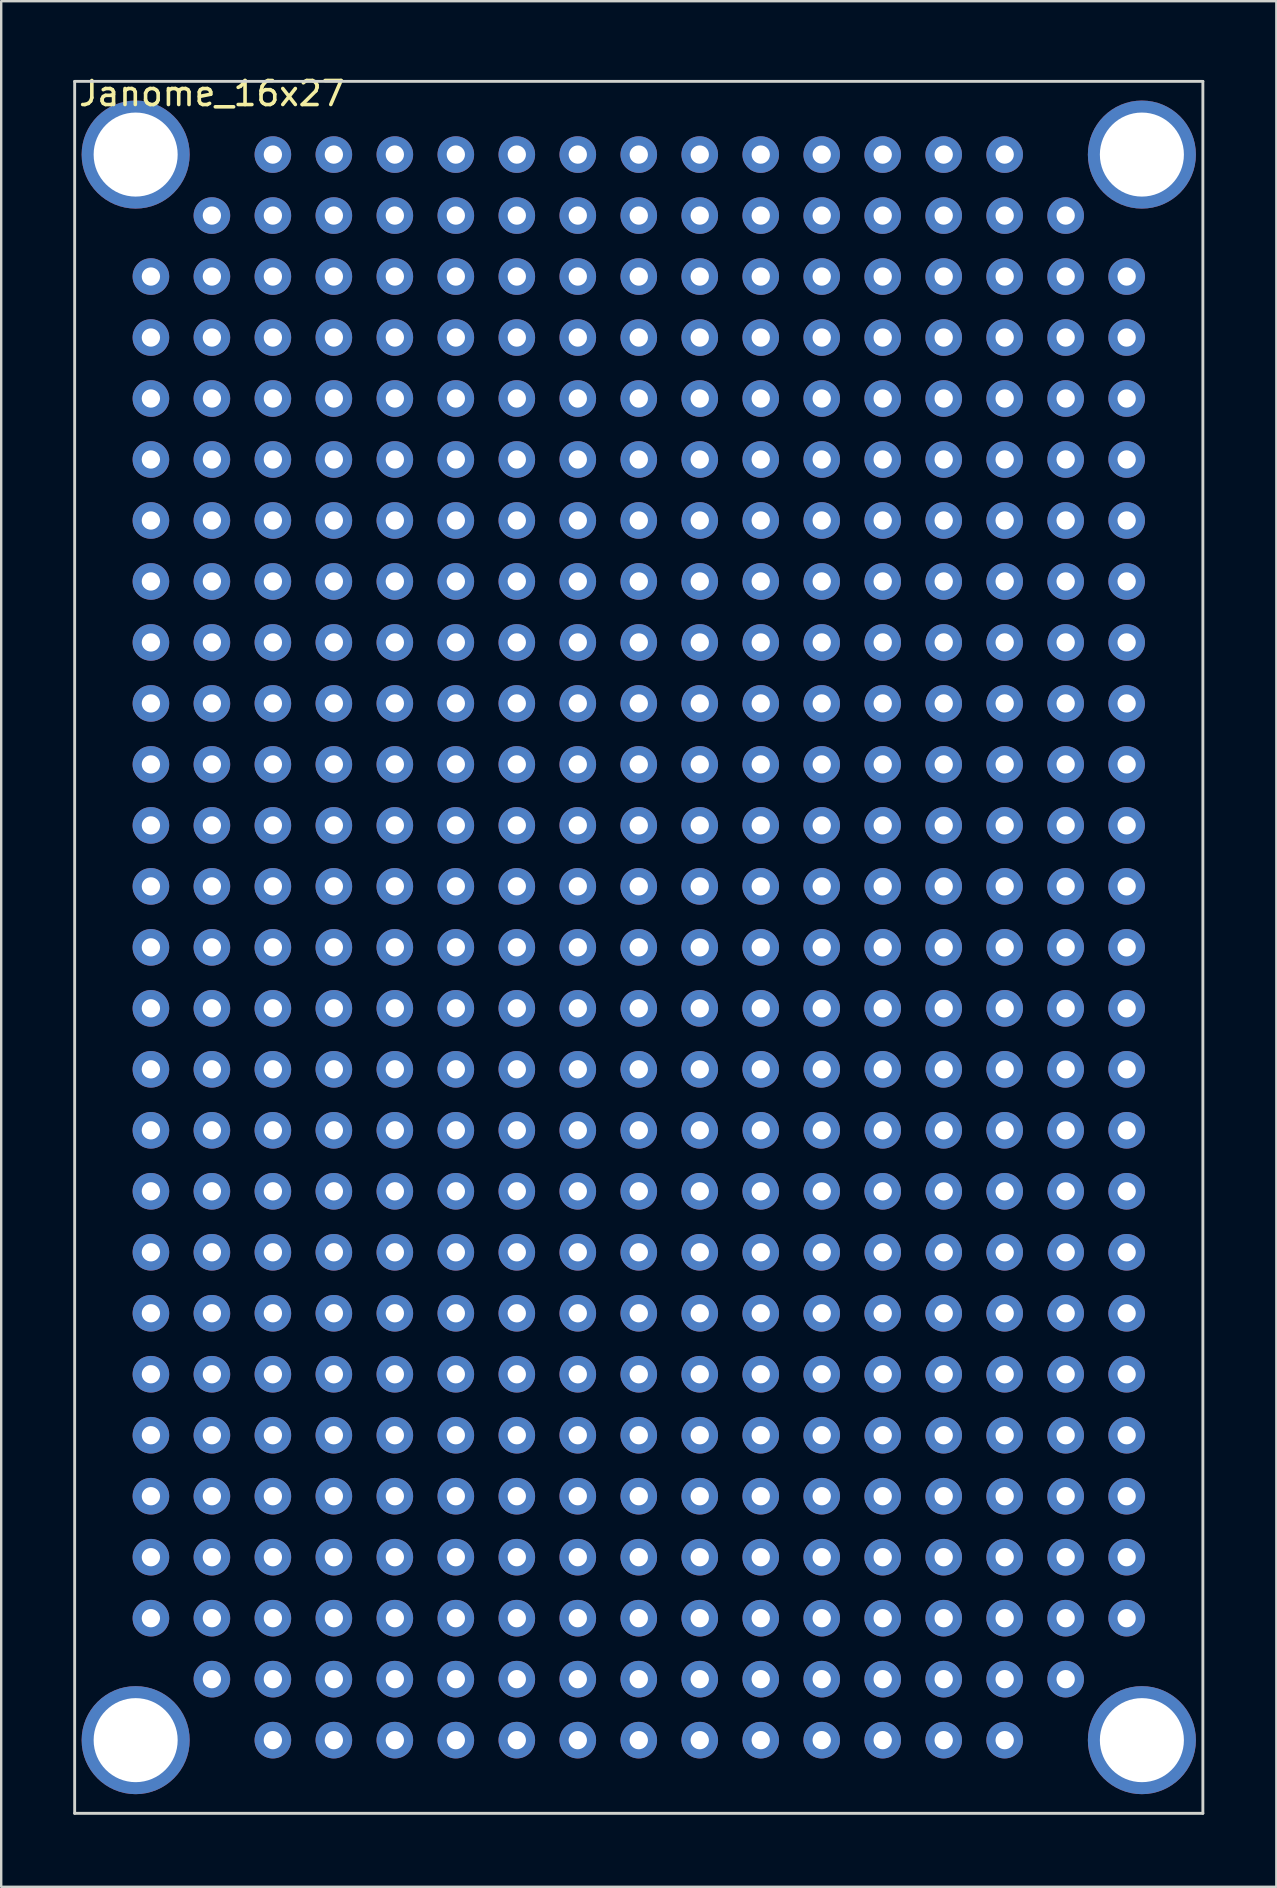
<source format=kicad_pcb>
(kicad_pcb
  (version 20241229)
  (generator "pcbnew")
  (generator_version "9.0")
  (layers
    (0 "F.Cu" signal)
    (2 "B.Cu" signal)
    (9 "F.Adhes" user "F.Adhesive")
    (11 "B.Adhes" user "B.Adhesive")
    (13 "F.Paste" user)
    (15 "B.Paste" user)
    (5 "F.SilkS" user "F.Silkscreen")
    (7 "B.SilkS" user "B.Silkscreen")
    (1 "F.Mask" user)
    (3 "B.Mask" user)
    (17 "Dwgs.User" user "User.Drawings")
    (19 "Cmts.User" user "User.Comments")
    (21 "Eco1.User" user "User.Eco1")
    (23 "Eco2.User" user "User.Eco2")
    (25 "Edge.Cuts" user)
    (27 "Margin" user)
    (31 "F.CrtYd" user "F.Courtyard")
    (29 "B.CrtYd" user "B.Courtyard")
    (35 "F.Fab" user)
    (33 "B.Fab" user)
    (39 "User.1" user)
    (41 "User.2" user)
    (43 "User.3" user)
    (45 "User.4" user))
  (footprint "Janome_16x27"
    (layer "F.Cu")
    (at 3.235 8.468)
    (property "Reference" "Janome_16x27" (at 2.54 -7.62 0) (layer "F.SilkS") (effects (font (size 1 1) (thickness 0.15))))
    (attr through_hole)
    (fp_line (start -3.175 -8.128) (end -3.175 64.008) (stroke (width 0.12) (type default)) (layer "Edge.Cuts"))
    (fp_line (start -3.175 64.008) (end 43.815 64.008) (stroke (width 0.12) (type default)) (layer "Edge.Cuts"))
    (fp_line (start 43.815 -8.128) (end -3.175 -8.128) (stroke (width 0.12) (type default)) (layer "Edge.Cuts"))
    (fp_line (start 43.815 64.008) (end 43.815 -8.128) (stroke (width 0.12) (type default)) (layer "Edge.Cuts"))
    (pad "1" thru_hole circle (at 0 0) (size 1.524 1.524) (drill 0.762) (layers "*.Cu" "*.Mask"))
    (pad "1" thru_hole circle (at 0 2.54) (size 1.524 1.524) (drill 0.762) (layers "*.Cu" "*.Mask"))
    (pad "1" thru_hole circle (at 0 5.08) (size 1.524 1.524) (drill 0.762) (layers "*.Cu" "*.Mask"))
    (pad "1" thru_hole circle (at 0 7.62) (size 1.524 1.524) (drill 0.762) (layers "*.Cu" "*.Mask"))
    (pad "1" thru_hole circle (at 0 10.16) (size 1.524 1.524) (drill 0.762) (layers "*.Cu" "*.Mask"))
    (pad "1" thru_hole circle (at 0 12.7) (size 1.524 1.524) (drill 0.762) (layers "*.Cu" "*.Mask"))
    (pad "1" thru_hole circle (at 0 15.24) (size 1.524 1.524) (drill 0.762) (layers "*.Cu" "*.Mask"))
    (pad "1" thru_hole circle (at 0 17.78) (size 1.524 1.524) (drill 0.762) (layers "*.Cu" "*.Mask"))
    (pad "1" thru_hole circle (at 0 20.32) (size 1.524 1.524) (drill 0.762) (layers "*.Cu" "*.Mask"))
    (pad "1" thru_hole circle (at 0 22.86) (size 1.524 1.524) (drill 0.762) (layers "*.Cu" "*.Mask"))
    (pad "1" thru_hole circle (at 0 25.4) (size 1.524 1.524) (drill 0.762) (layers "*.Cu" "*.Mask"))
    (pad "1" thru_hole circle (at 0 27.94) (size 1.524 1.524) (drill 0.762) (layers "*.Cu" "*.Mask"))
    (pad "1" thru_hole circle (at 0 30.48) (size 1.524 1.524) (drill 0.762) (layers "*.Cu" "*.Mask"))
    (pad "1" thru_hole circle (at 0 33.02) (size 1.524 1.524) (drill 0.762) (layers "*.Cu" "*.Mask"))
    (pad "1" thru_hole circle (at 0 35.56) (size 1.524 1.524) (drill 0.762) (layers "*.Cu" "*.Mask"))
    (pad "1" thru_hole circle (at 0 38.1) (size 1.524 1.524) (drill 0.762) (layers "*.Cu" "*.Mask"))
    (pad "1" thru_hole circle (at 0 40.64) (size 1.524 1.524) (drill 0.762) (layers "*.Cu" "*.Mask"))
    (pad "1" thru_hole circle (at 0 43.18) (size 1.524 1.524) (drill 0.762) (layers "*.Cu" "*.Mask"))
    (pad "1" thru_hole circle (at 0 45.72) (size 1.524 1.524) (drill 0.762) (layers "*.Cu" "*.Mask"))
    (pad "1" thru_hole circle (at 0 48.26) (size 1.524 1.524) (drill 0.762) (layers "*.Cu" "*.Mask"))
    (pad "1" thru_hole circle (at 0 50.8) (size 1.524 1.524) (drill 0.762) (layers "*.Cu" "*.Mask"))
    (pad "1" thru_hole circle (at 0 53.34) (size 1.524 1.524) (drill 0.762) (layers "*.Cu" "*.Mask"))
    (pad "1" thru_hole circle (at 0 55.88) (size 1.524 1.524) (drill 0.762) (layers "*.Cu" "*.Mask"))
    (pad "1" thru_hole circle (at 2.54 -2.54) (size 1.524 1.524) (drill 0.762) (layers "*.Cu" "*.Mask"))
    (pad "1" thru_hole circle (at 2.54 0) (size 1.524 1.524) (drill 0.762) (layers "*.Cu" "*.Mask"))
    (pad "1" thru_hole circle (at 2.54 2.54) (size 1.524 1.524) (drill 0.762) (layers "*.Cu" "*.Mask"))
    (pad "1" thru_hole circle (at 2.54 5.08) (size 1.524 1.524) (drill 0.762) (layers "*.Cu" "*.Mask"))
    (pad "1" thru_hole circle (at 2.54 7.62) (size 1.524 1.524) (drill 0.762) (layers "*.Cu" "*.Mask"))
    (pad "1" thru_hole circle (at 2.54 10.16) (size 1.524 1.524) (drill 0.762) (layers "*.Cu" "*.Mask"))
    (pad "1" thru_hole circle (at 2.54 12.7) (size 1.524 1.524) (drill 0.762) (layers "*.Cu" "*.Mask"))
    (pad "1" thru_hole circle (at 2.54 15.24) (size 1.524 1.524) (drill 0.762) (layers "*.Cu" "*.Mask"))
    (pad "1" thru_hole circle (at 2.54 17.78) (size 1.524 1.524) (drill 0.762) (layers "*.Cu" "*.Mask"))
    (pad "1" thru_hole circle (at 2.54 20.32) (size 1.524 1.524) (drill 0.762) (layers "*.Cu" "*.Mask"))
    (pad "1" thru_hole circle (at 2.54 22.86) (size 1.524 1.524) (drill 0.762) (layers "*.Cu" "*.Mask"))
    (pad "1" thru_hole circle (at 2.54 25.4) (size 1.524 1.524) (drill 0.762) (layers "*.Cu" "*.Mask"))
    (pad "1" thru_hole circle (at 2.54 27.94) (size 1.524 1.524) (drill 0.762) (layers "*.Cu" "*.Mask"))
    (pad "1" thru_hole circle (at 2.54 30.48) (size 1.524 1.524) (drill 0.762) (layers "*.Cu" "*.Mask"))
    (pad "1" thru_hole circle (at 2.54 33.02) (size 1.524 1.524) (drill 0.762) (layers "*.Cu" "*.Mask"))
    (pad "1" thru_hole circle (at 2.54 35.56) (size 1.524 1.524) (drill 0.762) (layers "*.Cu" "*.Mask"))
    (pad "1" thru_hole circle (at 2.54 38.1) (size 1.524 1.524) (drill 0.762) (layers "*.Cu" "*.Mask"))
    (pad "1" thru_hole circle (at 2.54 40.64) (size 1.524 1.524) (drill 0.762) (layers "*.Cu" "*.Mask"))
    (pad "1" thru_hole circle (at 2.54 43.18) (size 1.524 1.524) (drill 0.762) (layers "*.Cu" "*.Mask"))
    (pad "1" thru_hole circle (at 2.54 45.72) (size 1.524 1.524) (drill 0.762) (layers "*.Cu" "*.Mask"))
    (pad "1" thru_hole circle (at 2.54 48.26) (size 1.524 1.524) (drill 0.762) (layers "*.Cu" "*.Mask"))
    (pad "1" thru_hole circle (at 2.54 50.8) (size 1.524 1.524) (drill 0.762) (layers "*.Cu" "*.Mask"))
    (pad "1" thru_hole circle (at 2.54 53.34) (size 1.524 1.524) (drill 0.762) (layers "*.Cu" "*.Mask"))
    (pad "1" thru_hole circle (at 2.54 55.88) (size 1.524 1.524) (drill 0.762) (layers "*.Cu" "*.Mask"))
    (pad "1" thru_hole circle (at 2.54 58.42) (size 1.524 1.524) (drill 0.762) (layers "*.Cu" "*.Mask"))
    (pad "1" thru_hole circle (at 5.08 -5.08) (size 1.524 1.524) (drill 0.762) (layers "*.Cu" "*.Mask"))
    (pad "1" thru_hole circle (at 5.08 -2.54) (size 1.524 1.524) (drill 0.762) (layers "*.Cu" "*.Mask"))
    (pad "1" thru_hole circle (at 5.08 0) (size 1.524 1.524) (drill 0.762) (layers "*.Cu" "*.Mask"))
    (pad "1" thru_hole circle (at 5.08 2.54) (size 1.524 1.524) (drill 0.762) (layers "*.Cu" "*.Mask"))
    (pad "1" thru_hole circle (at 5.08 5.08) (size 1.524 1.524) (drill 0.762) (layers "*.Cu" "*.Mask"))
    (pad "1" thru_hole circle (at 5.08 7.62) (size 1.524 1.524) (drill 0.762) (layers "*.Cu" "*.Mask"))
    (pad "1" thru_hole circle (at 5.08 10.16) (size 1.524 1.524) (drill 0.762) (layers "*.Cu" "*.Mask"))
    (pad "1" thru_hole circle (at 5.08 12.7) (size 1.524 1.524) (drill 0.762) (layers "*.Cu" "*.Mask"))
    (pad "1" thru_hole circle (at 5.08 15.24) (size 1.524 1.524) (drill 0.762) (layers "*.Cu" "*.Mask"))
    (pad "1" thru_hole circle (at 5.08 17.78) (size 1.524 1.524) (drill 0.762) (layers "*.Cu" "*.Mask"))
    (pad "1" thru_hole circle (at 5.08 20.32) (size 1.524 1.524) (drill 0.762) (layers "*.Cu" "*.Mask"))
    (pad "1" thru_hole circle (at 5.08 22.86) (size 1.524 1.524) (drill 0.762) (layers "*.Cu" "*.Mask"))
    (pad "1" thru_hole circle (at 5.08 25.4) (size 1.524 1.524) (drill 0.762) (layers "*.Cu" "*.Mask"))
    (pad "1" thru_hole circle (at 5.08 27.94) (size 1.524 1.524) (drill 0.762) (layers "*.Cu" "*.Mask"))
    (pad "1" thru_hole circle (at 5.08 30.48) (size 1.524 1.524) (drill 0.762) (layers "*.Cu" "*.Mask"))
    (pad "1" thru_hole circle (at 5.08 33.02) (size 1.524 1.524) (drill 0.762) (layers "*.Cu" "*.Mask"))
    (pad "1" thru_hole circle (at 5.08 35.56) (size 1.524 1.524) (drill 0.762) (layers "*.Cu" "*.Mask"))
    (pad "1" thru_hole circle (at 5.08 38.1) (size 1.524 1.524) (drill 0.762) (layers "*.Cu" "*.Mask"))
    (pad "1" thru_hole circle (at 5.08 40.64) (size 1.524 1.524) (drill 0.762) (layers "*.Cu" "*.Mask"))
    (pad "1" thru_hole circle (at 5.08 43.18) (size 1.524 1.524) (drill 0.762) (layers "*.Cu" "*.Mask"))
    (pad "1" thru_hole circle (at 5.08 45.72) (size 1.524 1.524) (drill 0.762) (layers "*.Cu" "*.Mask"))
    (pad "1" thru_hole circle (at 5.08 48.26) (size 1.524 1.524) (drill 0.762) (layers "*.Cu" "*.Mask"))
    (pad "1" thru_hole circle (at 5.08 50.8) (size 1.524 1.524) (drill 0.762) (layers "*.Cu" "*.Mask"))
    (pad "1" thru_hole circle (at 5.08 53.34) (size 1.524 1.524) (drill 0.762) (layers "*.Cu" "*.Mask"))
    (pad "1" thru_hole circle (at 5.08 55.88) (size 1.524 1.524) (drill 0.762) (layers "*.Cu" "*.Mask"))
    (pad "1" thru_hole circle (at 5.08 58.42) (size 1.524 1.524) (drill 0.762) (layers "*.Cu" "*.Mask"))
    (pad "1" thru_hole circle (at 5.08 60.96) (size 1.524 1.524) (drill 0.762) (layers "*.Cu" "*.Mask"))
    (pad "1" thru_hole circle (at 7.62 -5.08) (size 1.524 1.524) (drill 0.762) (layers "*.Cu" "*.Mask"))
    (pad "1" thru_hole circle (at 7.62 -2.54) (size 1.524 1.524) (drill 0.762) (layers "*.Cu" "*.Mask"))
    (pad "1" thru_hole circle (at 7.62 0) (size 1.524 1.524) (drill 0.762) (layers "*.Cu" "*.Mask"))
    (pad "1" thru_hole circle (at 7.62 2.54) (size 1.524 1.524) (drill 0.762) (layers "*.Cu" "*.Mask"))
    (pad "1" thru_hole circle (at 7.62 5.08) (size 1.524 1.524) (drill 0.762) (layers "*.Cu" "*.Mask"))
    (pad "1" thru_hole circle (at 7.62 7.62) (size 1.524 1.524) (drill 0.762) (layers "*.Cu" "*.Mask"))
    (pad "1" thru_hole circle (at 7.62 10.16) (size 1.524 1.524) (drill 0.762) (layers "*.Cu" "*.Mask"))
    (pad "1" thru_hole circle (at 7.62 12.7) (size 1.524 1.524) (drill 0.762) (layers "*.Cu" "*.Mask"))
    (pad "1" thru_hole circle (at 7.62 15.24) (size 1.524 1.524) (drill 0.762) (layers "*.Cu" "*.Mask"))
    (pad "1" thru_hole circle (at 7.62 17.78) (size 1.524 1.524) (drill 0.762) (layers "*.Cu" "*.Mask"))
    (pad "1" thru_hole circle (at 7.62 20.32) (size 1.524 1.524) (drill 0.762) (layers "*.Cu" "*.Mask"))
    (pad "1" thru_hole circle (at 7.62 22.86) (size 1.524 1.524) (drill 0.762) (layers "*.Cu" "*.Mask"))
    (pad "1" thru_hole circle (at 7.62 25.4) (size 1.524 1.524) (drill 0.762) (layers "*.Cu" "*.Mask"))
    (pad "1" thru_hole circle (at 7.62 27.94) (size 1.524 1.524) (drill 0.762) (layers "*.Cu" "*.Mask"))
    (pad "1" thru_hole circle (at 7.62 30.48) (size 1.524 1.524) (drill 0.762) (layers "*.Cu" "*.Mask"))
    (pad "1" thru_hole circle (at 7.62 33.02) (size 1.524 1.524) (drill 0.762) (layers "*.Cu" "*.Mask"))
    (pad "1" thru_hole circle (at 7.62 35.56) (size 1.524 1.524) (drill 0.762) (layers "*.Cu" "*.Mask"))
    (pad "1" thru_hole circle (at 7.62 38.1) (size 1.524 1.524) (drill 0.762) (layers "*.Cu" "*.Mask"))
    (pad "1" thru_hole circle (at 7.62 40.64) (size 1.524 1.524) (drill 0.762) (layers "*.Cu" "*.Mask"))
    (pad "1" thru_hole circle (at 7.62 43.18) (size 1.524 1.524) (drill 0.762) (layers "*.Cu" "*.Mask"))
    (pad "1" thru_hole circle (at 7.62 45.72) (size 1.524 1.524) (drill 0.762) (layers "*.Cu" "*.Mask"))
    (pad "1" thru_hole circle (at 7.62 48.26) (size 1.524 1.524) (drill 0.762) (layers "*.Cu" "*.Mask"))
    (pad "1" thru_hole circle (at 7.62 50.8) (size 1.524 1.524) (drill 0.762) (layers "*.Cu" "*.Mask"))
    (pad "1" thru_hole circle (at 7.62 53.34) (size 1.524 1.524) (drill 0.762) (layers "*.Cu" "*.Mask"))
    (pad "1" thru_hole circle (at 7.62 55.88) (size 1.524 1.524) (drill 0.762) (layers "*.Cu" "*.Mask"))
    (pad "1" thru_hole circle (at 7.62 58.42) (size 1.524 1.524) (drill 0.762) (layers "*.Cu" "*.Mask"))
    (pad "1" thru_hole circle (at 7.62 60.96) (size 1.524 1.524) (drill 0.762) (layers "*.Cu" "*.Mask"))
    (pad "1" thru_hole circle (at 10.16 -5.08) (size 1.524 1.524) (drill 0.762) (layers "*.Cu" "*.Mask"))
    (pad "1" thru_hole circle (at 10.16 -2.54) (size 1.524 1.524) (drill 0.762) (layers "*.Cu" "*.Mask"))
    (pad "1" thru_hole circle (at 10.16 0) (size 1.524 1.524) (drill 0.762) (layers "*.Cu" "*.Mask"))
    (pad "1" thru_hole circle (at 10.16 2.54) (size 1.524 1.524) (drill 0.762) (layers "*.Cu" "*.Mask"))
    (pad "1" thru_hole circle (at 10.16 5.08) (size 1.524 1.524) (drill 0.762) (layers "*.Cu" "*.Mask"))
    (pad "1" thru_hole circle (at 10.16 7.62) (size 1.524 1.524) (drill 0.762) (layers "*.Cu" "*.Mask"))
    (pad "1" thru_hole circle (at 10.16 10.16) (size 1.524 1.524) (drill 0.762) (layers "*.Cu" "*.Mask"))
    (pad "1" thru_hole circle (at 10.16 12.7) (size 1.524 1.524) (drill 0.762) (layers "*.Cu" "*.Mask"))
    (pad "1" thru_hole circle (at 10.16 15.24) (size 1.524 1.524) (drill 0.762) (layers "*.Cu" "*.Mask"))
    (pad "1" thru_hole circle (at 10.16 17.78) (size 1.524 1.524) (drill 0.762) (layers "*.Cu" "*.Mask"))
    (pad "1" thru_hole circle (at 10.16 20.32) (size 1.524 1.524) (drill 0.762) (layers "*.Cu" "*.Mask"))
    (pad "1" thru_hole circle (at 10.16 22.86) (size 1.524 1.524) (drill 0.762) (layers "*.Cu" "*.Mask"))
    (pad "1" thru_hole circle (at 10.16 25.4) (size 1.524 1.524) (drill 0.762) (layers "*.Cu" "*.Mask"))
    (pad "1" thru_hole circle (at 10.16 27.94) (size 1.524 1.524) (drill 0.762) (layers "*.Cu" "*.Mask"))
    (pad "1" thru_hole circle (at 10.16 30.48) (size 1.524 1.524) (drill 0.762) (layers "*.Cu" "*.Mask"))
    (pad "1" thru_hole circle (at 10.16 33.02) (size 1.524 1.524) (drill 0.762) (layers "*.Cu" "*.Mask"))
    (pad "1" thru_hole circle (at 10.16 35.56) (size 1.524 1.524) (drill 0.762) (layers "*.Cu" "*.Mask"))
    (pad "1" thru_hole circle (at 10.16 38.1) (size 1.524 1.524) (drill 0.762) (layers "*.Cu" "*.Mask"))
    (pad "1" thru_hole circle (at 10.16 40.64) (size 1.524 1.524) (drill 0.762) (layers "*.Cu" "*.Mask"))
    (pad "1" thru_hole circle (at 10.16 43.18) (size 1.524 1.524) (drill 0.762) (layers "*.Cu" "*.Mask"))
    (pad "1" thru_hole circle (at 10.16 45.72) (size 1.524 1.524) (drill 0.762) (layers "*.Cu" "*.Mask"))
    (pad "1" thru_hole circle (at 10.16 48.26) (size 1.524 1.524) (drill 0.762) (layers "*.Cu" "*.Mask"))
    (pad "1" thru_hole circle (at 10.16 50.8) (size 1.524 1.524) (drill 0.762) (layers "*.Cu" "*.Mask"))
    (pad "1" thru_hole circle (at 10.16 53.34) (size 1.524 1.524) (drill 0.762) (layers "*.Cu" "*.Mask"))
    (pad "1" thru_hole circle (at 10.16 55.88) (size 1.524 1.524) (drill 0.762) (layers "*.Cu" "*.Mask"))
    (pad "1" thru_hole circle (at 10.16 58.42) (size 1.524 1.524) (drill 0.762) (layers "*.Cu" "*.Mask"))
    (pad "1" thru_hole circle (at 10.16 60.96) (size 1.524 1.524) (drill 0.762) (layers "*.Cu" "*.Mask"))
    (pad "1" thru_hole circle (at 12.7 -5.08) (size 1.524 1.524) (drill 0.762) (layers "*.Cu" "*.Mask"))
    (pad "1" thru_hole circle (at 12.7 -2.54) (size 1.524 1.524) (drill 0.762) (layers "*.Cu" "*.Mask"))
    (pad "1" thru_hole circle (at 12.7 0) (size 1.524 1.524) (drill 0.762) (layers "*.Cu" "*.Mask"))
    (pad "1" thru_hole circle (at 12.7 2.54) (size 1.524 1.524) (drill 0.762) (layers "*.Cu" "*.Mask"))
    (pad "1" thru_hole circle (at 12.7 5.08) (size 1.524 1.524) (drill 0.762) (layers "*.Cu" "*.Mask"))
    (pad "1" thru_hole circle (at 12.7 7.62) (size 1.524 1.524) (drill 0.762) (layers "*.Cu" "*.Mask"))
    (pad "1" thru_hole circle (at 12.7 10.16) (size 1.524 1.524) (drill 0.762) (layers "*.Cu" "*.Mask"))
    (pad "1" thru_hole circle (at 12.7 12.7) (size 1.524 1.524) (drill 0.762) (layers "*.Cu" "*.Mask"))
    (pad "1" thru_hole circle (at 12.7 15.24) (size 1.524 1.524) (drill 0.762) (layers "*.Cu" "*.Mask"))
    (pad "1" thru_hole circle (at 12.7 17.78) (size 1.524 1.524) (drill 0.762) (layers "*.Cu" "*.Mask"))
    (pad "1" thru_hole circle (at 12.7 20.32) (size 1.524 1.524) (drill 0.762) (layers "*.Cu" "*.Mask"))
    (pad "1" thru_hole circle (at 12.7 22.86) (size 1.524 1.524) (drill 0.762) (layers "*.Cu" "*.Mask"))
    (pad "1" thru_hole circle (at 12.7 25.4) (size 1.524 1.524) (drill 0.762) (layers "*.Cu" "*.Mask"))
    (pad "1" thru_hole circle (at 12.7 27.94) (size 1.524 1.524) (drill 0.762) (layers "*.Cu" "*.Mask"))
    (pad "1" thru_hole circle (at 12.7 30.48) (size 1.524 1.524) (drill 0.762) (layers "*.Cu" "*.Mask"))
    (pad "1" thru_hole circle (at 12.7 33.02) (size 1.524 1.524) (drill 0.762) (layers "*.Cu" "*.Mask"))
    (pad "1" thru_hole circle (at 12.7 35.56) (size 1.524 1.524) (drill 0.762) (layers "*.Cu" "*.Mask"))
    (pad "1" thru_hole circle (at 12.7 38.1) (size 1.524 1.524) (drill 0.762) (layers "*.Cu" "*.Mask"))
    (pad "1" thru_hole circle (at 12.7 40.64) (size 1.524 1.524) (drill 0.762) (layers "*.Cu" "*.Mask"))
    (pad "1" thru_hole circle (at 12.7 43.18) (size 1.524 1.524) (drill 0.762) (layers "*.Cu" "*.Mask"))
    (pad "1" thru_hole circle (at 12.7 45.72) (size 1.524 1.524) (drill 0.762) (layers "*.Cu" "*.Mask"))
    (pad "1" thru_hole circle (at 12.7 48.26) (size 1.524 1.524) (drill 0.762) (layers "*.Cu" "*.Mask"))
    (pad "1" thru_hole circle (at 12.7 50.8) (size 1.524 1.524) (drill 0.762) (layers "*.Cu" "*.Mask"))
    (pad "1" thru_hole circle (at 12.7 53.34) (size 1.524 1.524) (drill 0.762) (layers "*.Cu" "*.Mask"))
    (pad "1" thru_hole circle (at 12.7 55.88) (size 1.524 1.524) (drill 0.762) (layers "*.Cu" "*.Mask"))
    (pad "1" thru_hole circle (at 12.7 58.42) (size 1.524 1.524) (drill 0.762) (layers "*.Cu" "*.Mask"))
    (pad "1" thru_hole circle (at 12.7 60.96) (size 1.524 1.524) (drill 0.762) (layers "*.Cu" "*.Mask"))
    (pad "1" thru_hole circle (at 15.24 -5.08) (size 1.524 1.524) (drill 0.762) (layers "*.Cu" "*.Mask"))
    (pad "1" thru_hole circle (at 15.24 -2.54) (size 1.524 1.524) (drill 0.762) (layers "*.Cu" "*.Mask"))
    (pad "1" thru_hole circle (at 15.24 0) (size 1.524 1.524) (drill 0.762) (layers "*.Cu" "*.Mask"))
    (pad "1" thru_hole circle (at 15.24 2.54) (size 1.524 1.524) (drill 0.762) (layers "*.Cu" "*.Mask"))
    (pad "1" thru_hole circle (at 15.24 5.08) (size 1.524 1.524) (drill 0.762) (layers "*.Cu" "*.Mask"))
    (pad "1" thru_hole circle (at 15.24 7.62) (size 1.524 1.524) (drill 0.762) (layers "*.Cu" "*.Mask"))
    (pad "1" thru_hole circle (at 15.24 10.16) (size 1.524 1.524) (drill 0.762) (layers "*.Cu" "*.Mask"))
    (pad "1" thru_hole circle (at 15.24 12.7) (size 1.524 1.524) (drill 0.762) (layers "*.Cu" "*.Mask"))
    (pad "1" thru_hole circle (at 15.24 15.24) (size 1.524 1.524) (drill 0.762) (layers "*.Cu" "*.Mask"))
    (pad "1" thru_hole circle (at 15.24 17.78) (size 1.524 1.524) (drill 0.762) (layers "*.Cu" "*.Mask"))
    (pad "1" thru_hole circle (at 15.24 20.32) (size 1.524 1.524) (drill 0.762) (layers "*.Cu" "*.Mask"))
    (pad "1" thru_hole circle (at 15.24 22.86) (size 1.524 1.524) (drill 0.762) (layers "*.Cu" "*.Mask"))
    (pad "1" thru_hole circle (at 15.24 25.4) (size 1.524 1.524) (drill 0.762) (layers "*.Cu" "*.Mask"))
    (pad "1" thru_hole circle (at 15.24 27.94) (size 1.524 1.524) (drill 0.762) (layers "*.Cu" "*.Mask"))
    (pad "1" thru_hole circle (at 15.24 30.48) (size 1.524 1.524) (drill 0.762) (layers "*.Cu" "*.Mask"))
    (pad "1" thru_hole circle (at 15.24 33.02) (size 1.524 1.524) (drill 0.762) (layers "*.Cu" "*.Mask"))
    (pad "1" thru_hole circle (at 15.24 35.56) (size 1.524 1.524) (drill 0.762) (layers "*.Cu" "*.Mask"))
    (pad "1" thru_hole circle (at 15.24 38.1) (size 1.524 1.524) (drill 0.762) (layers "*.Cu" "*.Mask"))
    (pad "1" thru_hole circle (at 15.24 40.64) (size 1.524 1.524) (drill 0.762) (layers "*.Cu" "*.Mask"))
    (pad "1" thru_hole circle (at 15.24 43.18) (size 1.524 1.524) (drill 0.762) (layers "*.Cu" "*.Mask"))
    (pad "1" thru_hole circle (at 15.24 45.72) (size 1.524 1.524) (drill 0.762) (layers "*.Cu" "*.Mask"))
    (pad "1" thru_hole circle (at 15.24 48.26) (size 1.524 1.524) (drill 0.762) (layers "*.Cu" "*.Mask"))
    (pad "1" thru_hole circle (at 15.24 50.8) (size 1.524 1.524) (drill 0.762) (layers "*.Cu" "*.Mask"))
    (pad "1" thru_hole circle (at 15.24 53.34) (size 1.524 1.524) (drill 0.762) (layers "*.Cu" "*.Mask"))
    (pad "1" thru_hole circle (at 15.24 55.88) (size 1.524 1.524) (drill 0.762) (layers "*.Cu" "*.Mask"))
    (pad "1" thru_hole circle (at 15.24 58.42) (size 1.524 1.524) (drill 0.762) (layers "*.Cu" "*.Mask"))
    (pad "1" thru_hole circle (at 15.24 60.96) (size 1.524 1.524) (drill 0.762) (layers "*.Cu" "*.Mask"))
    (pad "1" thru_hole circle (at 17.78 -5.08) (size 1.524 1.524) (drill 0.762) (layers "*.Cu" "*.Mask"))
    (pad "1" thru_hole circle (at 17.78 -2.54) (size 1.524 1.524) (drill 0.762) (layers "*.Cu" "*.Mask"))
    (pad "1" thru_hole circle (at 17.78 0) (size 1.524 1.524) (drill 0.762) (layers "*.Cu" "*.Mask"))
    (pad "1" thru_hole circle (at 17.78 2.54) (size 1.524 1.524) (drill 0.762) (layers "*.Cu" "*.Mask"))
    (pad "1" thru_hole circle (at 17.78 5.08) (size 1.524 1.524) (drill 0.762) (layers "*.Cu" "*.Mask"))
    (pad "1" thru_hole circle (at 17.78 7.62) (size 1.524 1.524) (drill 0.762) (layers "*.Cu" "*.Mask"))
    (pad "1" thru_hole circle (at 17.78 10.16) (size 1.524 1.524) (drill 0.762) (layers "*.Cu" "*.Mask"))
    (pad "1" thru_hole circle (at 17.78 12.7) (size 1.524 1.524) (drill 0.762) (layers "*.Cu" "*.Mask"))
    (pad "1" thru_hole circle (at 17.78 15.24) (size 1.524 1.524) (drill 0.762) (layers "*.Cu" "*.Mask"))
    (pad "1" thru_hole circle (at 17.78 17.78) (size 1.524 1.524) (drill 0.762) (layers "*.Cu" "*.Mask"))
    (pad "1" thru_hole circle (at 17.78 20.32) (size 1.524 1.524) (drill 0.762) (layers "*.Cu" "*.Mask"))
    (pad "1" thru_hole circle (at 17.78 22.86) (size 1.524 1.524) (drill 0.762) (layers "*.Cu" "*.Mask"))
    (pad "1" thru_hole circle (at 17.78 25.4) (size 1.524 1.524) (drill 0.762) (layers "*.Cu" "*.Mask"))
    (pad "1" thru_hole circle (at 17.78 27.94) (size 1.524 1.524) (drill 0.762) (layers "*.Cu" "*.Mask"))
    (pad "1" thru_hole circle (at 17.78 30.48) (size 1.524 1.524) (drill 0.762) (layers "*.Cu" "*.Mask"))
    (pad "1" thru_hole circle (at 17.78 33.02) (size 1.524 1.524) (drill 0.762) (layers "*.Cu" "*.Mask"))
    (pad "1" thru_hole circle (at 17.78 35.56) (size 1.524 1.524) (drill 0.762) (layers "*.Cu" "*.Mask"))
    (pad "1" thru_hole circle (at 17.78 38.1) (size 1.524 1.524) (drill 0.762) (layers "*.Cu" "*.Mask"))
    (pad "1" thru_hole circle (at 17.78 40.64) (size 1.524 1.524) (drill 0.762) (layers "*.Cu" "*.Mask"))
    (pad "1" thru_hole circle (at 17.78 43.18) (size 1.524 1.524) (drill 0.762) (layers "*.Cu" "*.Mask"))
    (pad "1" thru_hole circle (at 17.78 45.72) (size 1.524 1.524) (drill 0.762) (layers "*.Cu" "*.Mask"))
    (pad "1" thru_hole circle (at 17.78 48.26) (size 1.524 1.524) (drill 0.762) (layers "*.Cu" "*.Mask"))
    (pad "1" thru_hole circle (at 17.78 50.8) (size 1.524 1.524) (drill 0.762) (layers "*.Cu" "*.Mask"))
    (pad "1" thru_hole circle (at 17.78 53.34) (size 1.524 1.524) (drill 0.762) (layers "*.Cu" "*.Mask"))
    (pad "1" thru_hole circle (at 17.78 55.88) (size 1.524 1.524) (drill 0.762) (layers "*.Cu" "*.Mask"))
    (pad "1" thru_hole circle (at 17.78 58.42) (size 1.524 1.524) (drill 0.762) (layers "*.Cu" "*.Mask"))
    (pad "1" thru_hole circle (at 17.78 60.96) (size 1.524 1.524) (drill 0.762) (layers "*.Cu" "*.Mask"))
    (pad "1" thru_hole circle (at 20.32 -5.08) (size 1.524 1.524) (drill 0.762) (layers "*.Cu" "*.Mask"))
    (pad "1" thru_hole circle (at 20.32 -2.54) (size 1.524 1.524) (drill 0.762) (layers "*.Cu" "*.Mask"))
    (pad "1" thru_hole circle (at 20.32 0) (size 1.524 1.524) (drill 0.762) (layers "*.Cu" "*.Mask"))
    (pad "1" thru_hole circle (at 20.32 2.54) (size 1.524 1.524) (drill 0.762) (layers "*.Cu" "*.Mask"))
    (pad "1" thru_hole circle (at 20.32 5.08) (size 1.524 1.524) (drill 0.762) (layers "*.Cu" "*.Mask"))
    (pad "1" thru_hole circle (at 20.32 7.62) (size 1.524 1.524) (drill 0.762) (layers "*.Cu" "*.Mask"))
    (pad "1" thru_hole circle (at 20.32 10.16) (size 1.524 1.524) (drill 0.762) (layers "*.Cu" "*.Mask"))
    (pad "1" thru_hole circle (at 20.32 12.7) (size 1.524 1.524) (drill 0.762) (layers "*.Cu" "*.Mask"))
    (pad "1" thru_hole circle (at 20.32 15.24) (size 1.524 1.524) (drill 0.762) (layers "*.Cu" "*.Mask"))
    (pad "1" thru_hole circle (at 20.32 17.78) (size 1.524 1.524) (drill 0.762) (layers "*.Cu" "*.Mask"))
    (pad "1" thru_hole circle (at 20.32 20.32) (size 1.524 1.524) (drill 0.762) (layers "*.Cu" "*.Mask"))
    (pad "1" thru_hole circle (at 20.32 22.86) (size 1.524 1.524) (drill 0.762) (layers "*.Cu" "*.Mask"))
    (pad "1" thru_hole circle (at 20.32 25.4) (size 1.524 1.524) (drill 0.762) (layers "*.Cu" "*.Mask"))
    (pad "1" thru_hole circle (at 20.32 27.94) (size 1.524 1.524) (drill 0.762) (layers "*.Cu" "*.Mask"))
    (pad "1" thru_hole circle (at 20.32 30.48) (size 1.524 1.524) (drill 0.762) (layers "*.Cu" "*.Mask"))
    (pad "1" thru_hole circle (at 20.32 33.02) (size 1.524 1.524) (drill 0.762) (layers "*.Cu" "*.Mask"))
    (pad "1" thru_hole circle (at 20.32 35.56) (size 1.524 1.524) (drill 0.762) (layers "*.Cu" "*.Mask"))
    (pad "1" thru_hole circle (at 20.32 38.1) (size 1.524 1.524) (drill 0.762) (layers "*.Cu" "*.Mask"))
    (pad "1" thru_hole circle (at 20.32 40.64) (size 1.524 1.524) (drill 0.762) (layers "*.Cu" "*.Mask"))
    (pad "1" thru_hole circle (at 20.32 43.18) (size 1.524 1.524) (drill 0.762) (layers "*.Cu" "*.Mask"))
    (pad "1" thru_hole circle (at 20.32 45.72) (size 1.524 1.524) (drill 0.762) (layers "*.Cu" "*.Mask"))
    (pad "1" thru_hole circle (at 20.32 48.26) (size 1.524 1.524) (drill 0.762) (layers "*.Cu" "*.Mask"))
    (pad "1" thru_hole circle (at 20.32 50.8) (size 1.524 1.524) (drill 0.762) (layers "*.Cu" "*.Mask"))
    (pad "1" thru_hole circle (at 20.32 53.34) (size 1.524 1.524) (drill 0.762) (layers "*.Cu" "*.Mask"))
    (pad "1" thru_hole circle (at 20.32 55.88) (size 1.524 1.524) (drill 0.762) (layers "*.Cu" "*.Mask"))
    (pad "1" thru_hole circle (at 20.32 58.42) (size 1.524 1.524) (drill 0.762) (layers "*.Cu" "*.Mask"))
    (pad "1" thru_hole circle (at 20.32 60.96) (size 1.524 1.524) (drill 0.762) (layers "*.Cu" "*.Mask"))
    (pad "1" thru_hole circle (at 22.86 -5.08) (size 1.524 1.524) (drill 0.762) (layers "*.Cu" "*.Mask"))
    (pad "1" thru_hole circle (at 22.86 -2.54) (size 1.524 1.524) (drill 0.762) (layers "*.Cu" "*.Mask"))
    (pad "1" thru_hole circle (at 22.86 0) (size 1.524 1.524) (drill 0.762) (layers "*.Cu" "*.Mask"))
    (pad "1" thru_hole circle (at 22.86 2.54) (size 1.524 1.524) (drill 0.762) (layers "*.Cu" "*.Mask"))
    (pad "1" thru_hole circle (at 22.86 5.08) (size 1.524 1.524) (drill 0.762) (layers "*.Cu" "*.Mask"))
    (pad "1" thru_hole circle (at 22.86 7.62) (size 1.524 1.524) (drill 0.762) (layers "*.Cu" "*.Mask"))
    (pad "1" thru_hole circle (at 22.86 10.16) (size 1.524 1.524) (drill 0.762) (layers "*.Cu" "*.Mask"))
    (pad "1" thru_hole circle (at 22.86 12.7) (size 1.524 1.524) (drill 0.762) (layers "*.Cu" "*.Mask"))
    (pad "1" thru_hole circle (at 22.86 15.24) (size 1.524 1.524) (drill 0.762) (layers "*.Cu" "*.Mask"))
    (pad "1" thru_hole circle (at 22.86 17.78) (size 1.524 1.524) (drill 0.762) (layers "*.Cu" "*.Mask"))
    (pad "1" thru_hole circle (at 22.86 20.32) (size 1.524 1.524) (drill 0.762) (layers "*.Cu" "*.Mask"))
    (pad "1" thru_hole circle (at 22.86 22.86) (size 1.524 1.524) (drill 0.762) (layers "*.Cu" "*.Mask"))
    (pad "1" thru_hole circle (at 22.86 25.4) (size 1.524 1.524) (drill 0.762) (layers "*.Cu" "*.Mask"))
    (pad "1" thru_hole circle (at 22.86 27.94) (size 1.524 1.524) (drill 0.762) (layers "*.Cu" "*.Mask"))
    (pad "1" thru_hole circle (at 22.86 30.48) (size 1.524 1.524) (drill 0.762) (layers "*.Cu" "*.Mask"))
    (pad "1" thru_hole circle (at 22.86 33.02) (size 1.524 1.524) (drill 0.762) (layers "*.Cu" "*.Mask"))
    (pad "1" thru_hole circle (at 22.86 35.56) (size 1.524 1.524) (drill 0.762) (layers "*.Cu" "*.Mask"))
    (pad "1" thru_hole circle (at 22.86 38.1) (size 1.524 1.524) (drill 0.762) (layers "*.Cu" "*.Mask"))
    (pad "1" thru_hole circle (at 22.86 40.64) (size 1.524 1.524) (drill 0.762) (layers "*.Cu" "*.Mask"))
    (pad "1" thru_hole circle (at 22.86 43.18) (size 1.524 1.524) (drill 0.762) (layers "*.Cu" "*.Mask"))
    (pad "1" thru_hole circle (at 22.86 45.72) (size 1.524 1.524) (drill 0.762) (layers "*.Cu" "*.Mask"))
    (pad "1" thru_hole circle (at 22.86 48.26) (size 1.524 1.524) (drill 0.762) (layers "*.Cu" "*.Mask"))
    (pad "1" thru_hole circle (at 22.86 50.8) (size 1.524 1.524) (drill 0.762) (layers "*.Cu" "*.Mask"))
    (pad "1" thru_hole circle (at 22.86 53.34) (size 1.524 1.524) (drill 0.762) (layers "*.Cu" "*.Mask"))
    (pad "1" thru_hole circle (at 22.86 55.88) (size 1.524 1.524) (drill 0.762) (layers "*.Cu" "*.Mask"))
    (pad "1" thru_hole circle (at 22.86 58.42) (size 1.524 1.524) (drill 0.762) (layers "*.Cu" "*.Mask"))
    (pad "1" thru_hole circle (at 22.86 60.96) (size 1.524 1.524) (drill 0.762) (layers "*.Cu" "*.Mask"))
    (pad "1" thru_hole circle (at 25.4 -5.08) (size 1.524 1.524) (drill 0.762) (layers "*.Cu" "*.Mask"))
    (pad "1" thru_hole circle (at 25.4 -2.54) (size 1.524 1.524) (drill 0.762) (layers "*.Cu" "*.Mask"))
    (pad "1" thru_hole circle (at 25.4 0) (size 1.524 1.524) (drill 0.762) (layers "*.Cu" "*.Mask"))
    (pad "1" thru_hole circle (at 25.4 2.54) (size 1.524 1.524) (drill 0.762) (layers "*.Cu" "*.Mask"))
    (pad "1" thru_hole circle (at 25.4 5.08) (size 1.524 1.524) (drill 0.762) (layers "*.Cu" "*.Mask"))
    (pad "1" thru_hole circle (at 25.4 7.62) (size 1.524 1.524) (drill 0.762) (layers "*.Cu" "*.Mask"))
    (pad "1" thru_hole circle (at 25.4 10.16) (size 1.524 1.524) (drill 0.762) (layers "*.Cu" "*.Mask"))
    (pad "1" thru_hole circle (at 25.4 12.7) (size 1.524 1.524) (drill 0.762) (layers "*.Cu" "*.Mask"))
    (pad "1" thru_hole circle (at 25.4 15.24) (size 1.524 1.524) (drill 0.762) (layers "*.Cu" "*.Mask"))
    (pad "1" thru_hole circle (at 25.4 17.78) (size 1.524 1.524) (drill 0.762) (layers "*.Cu" "*.Mask"))
    (pad "1" thru_hole circle (at 25.4 20.32) (size 1.524 1.524) (drill 0.762) (layers "*.Cu" "*.Mask"))
    (pad "1" thru_hole circle (at 25.4 22.86) (size 1.524 1.524) (drill 0.762) (layers "*.Cu" "*.Mask"))
    (pad "1" thru_hole circle (at 25.4 25.4) (size 1.524 1.524) (drill 0.762) (layers "*.Cu" "*.Mask"))
    (pad "1" thru_hole circle (at 25.4 27.94) (size 1.524 1.524) (drill 0.762) (layers "*.Cu" "*.Mask"))
    (pad "1" thru_hole circle (at 25.4 30.48) (size 1.524 1.524) (drill 0.762) (layers "*.Cu" "*.Mask"))
    (pad "1" thru_hole circle (at 25.4 33.02) (size 1.524 1.524) (drill 0.762) (layers "*.Cu" "*.Mask"))
    (pad "1" thru_hole circle (at 25.4 35.56) (size 1.524 1.524) (drill 0.762) (layers "*.Cu" "*.Mask"))
    (pad "1" thru_hole circle (at 25.4 38.1) (size 1.524 1.524) (drill 0.762) (layers "*.Cu" "*.Mask"))
    (pad "1" thru_hole circle (at 25.4 40.64) (size 1.524 1.524) (drill 0.762) (layers "*.Cu" "*.Mask"))
    (pad "1" thru_hole circle (at 25.4 43.18) (size 1.524 1.524) (drill 0.762) (layers "*.Cu" "*.Mask"))
    (pad "1" thru_hole circle (at 25.4 45.72) (size 1.524 1.524) (drill 0.762) (layers "*.Cu" "*.Mask"))
    (pad "1" thru_hole circle (at 25.4 48.26) (size 1.524 1.524) (drill 0.762) (layers "*.Cu" "*.Mask"))
    (pad "1" thru_hole circle (at 25.4 50.8) (size 1.524 1.524) (drill 0.762) (layers "*.Cu" "*.Mask"))
    (pad "1" thru_hole circle (at 25.4 53.34) (size 1.524 1.524) (drill 0.762) (layers "*.Cu" "*.Mask"))
    (pad "1" thru_hole circle (at 25.4 55.88) (size 1.524 1.524) (drill 0.762) (layers "*.Cu" "*.Mask"))
    (pad "1" thru_hole circle (at 25.4 58.42) (size 1.524 1.524) (drill 0.762) (layers "*.Cu" "*.Mask"))
    (pad "1" thru_hole circle (at 25.4 60.96) (size 1.524 1.524) (drill 0.762) (layers "*.Cu" "*.Mask"))
    (pad "1" thru_hole circle (at 27.94 -5.08) (size 1.524 1.524) (drill 0.762) (layers "*.Cu" "*.Mask"))
    (pad "1" thru_hole circle (at 27.94 -2.54) (size 1.524 1.524) (drill 0.762) (layers "*.Cu" "*.Mask"))
    (pad "1" thru_hole circle (at 27.94 0) (size 1.524 1.524) (drill 0.762) (layers "*.Cu" "*.Mask"))
    (pad "1" thru_hole circle (at 27.94 2.54) (size 1.524 1.524) (drill 0.762) (layers "*.Cu" "*.Mask"))
    (pad "1" thru_hole circle (at 27.94 5.08) (size 1.524 1.524) (drill 0.762) (layers "*.Cu" "*.Mask"))
    (pad "1" thru_hole circle (at 27.94 7.62) (size 1.524 1.524) (drill 0.762) (layers "*.Cu" "*.Mask"))
    (pad "1" thru_hole circle (at 27.94 10.16) (size 1.524 1.524) (drill 0.762) (layers "*.Cu" "*.Mask"))
    (pad "1" thru_hole circle (at 27.94 12.7) (size 1.524 1.524) (drill 0.762) (layers "*.Cu" "*.Mask"))
    (pad "1" thru_hole circle (at 27.94 15.24) (size 1.524 1.524) (drill 0.762) (layers "*.Cu" "*.Mask"))
    (pad "1" thru_hole circle (at 27.94 17.78) (size 1.524 1.524) (drill 0.762) (layers "*.Cu" "*.Mask"))
    (pad "1" thru_hole circle (at 27.94 20.32) (size 1.524 1.524) (drill 0.762) (layers "*.Cu" "*.Mask"))
    (pad "1" thru_hole circle (at 27.94 22.86) (size 1.524 1.524) (drill 0.762) (layers "*.Cu" "*.Mask"))
    (pad "1" thru_hole circle (at 27.94 25.4) (size 1.524 1.524) (drill 0.762) (layers "*.Cu" "*.Mask"))
    (pad "1" thru_hole circle (at 27.94 27.94) (size 1.524 1.524) (drill 0.762) (layers "*.Cu" "*.Mask"))
    (pad "1" thru_hole circle (at 27.94 30.48) (size 1.524 1.524) (drill 0.762) (layers "*.Cu" "*.Mask"))
    (pad "1" thru_hole circle (at 27.94 33.02) (size 1.524 1.524) (drill 0.762) (layers "*.Cu" "*.Mask"))
    (pad "1" thru_hole circle (at 27.94 35.56) (size 1.524 1.524) (drill 0.762) (layers "*.Cu" "*.Mask"))
    (pad "1" thru_hole circle (at 27.94 38.1) (size 1.524 1.524) (drill 0.762) (layers "*.Cu" "*.Mask"))
    (pad "1" thru_hole circle (at 27.94 40.64) (size 1.524 1.524) (drill 0.762) (layers "*.Cu" "*.Mask"))
    (pad "1" thru_hole circle (at 27.94 43.18) (size 1.524 1.524) (drill 0.762) (layers "*.Cu" "*.Mask"))
    (pad "1" thru_hole circle (at 27.94 45.72) (size 1.524 1.524) (drill 0.762) (layers "*.Cu" "*.Mask"))
    (pad "1" thru_hole circle (at 27.94 48.26) (size 1.524 1.524) (drill 0.762) (layers "*.Cu" "*.Mask"))
    (pad "1" thru_hole circle (at 27.94 50.8) (size 1.524 1.524) (drill 0.762) (layers "*.Cu" "*.Mask"))
    (pad "1" thru_hole circle (at 27.94 53.34) (size 1.524 1.524) (drill 0.762) (layers "*.Cu" "*.Mask"))
    (pad "1" thru_hole circle (at 27.94 55.88) (size 1.524 1.524) (drill 0.762) (layers "*.Cu" "*.Mask"))
    (pad "1" thru_hole circle (at 27.94 58.42) (size 1.524 1.524) (drill 0.762) (layers "*.Cu" "*.Mask"))
    (pad "1" thru_hole circle (at 27.94 60.96) (size 1.524 1.524) (drill 0.762) (layers "*.Cu" "*.Mask"))
    (pad "1" thru_hole circle (at 30.48 -5.08) (size 1.524 1.524) (drill 0.762) (layers "*.Cu" "*.Mask"))
    (pad "1" thru_hole circle (at 30.48 -2.54) (size 1.524 1.524) (drill 0.762) (layers "*.Cu" "*.Mask"))
    (pad "1" thru_hole circle (at 30.48 0) (size 1.524 1.524) (drill 0.762) (layers "*.Cu" "*.Mask"))
    (pad "1" thru_hole circle (at 30.48 2.54) (size 1.524 1.524) (drill 0.762) (layers "*.Cu" "*.Mask"))
    (pad "1" thru_hole circle (at 30.48 5.08) (size 1.524 1.524) (drill 0.762) (layers "*.Cu" "*.Mask"))
    (pad "1" thru_hole circle (at 30.48 7.62) (size 1.524 1.524) (drill 0.762) (layers "*.Cu" "*.Mask"))
    (pad "1" thru_hole circle (at 30.48 10.16) (size 1.524 1.524) (drill 0.762) (layers "*.Cu" "*.Mask"))
    (pad "1" thru_hole circle (at 30.48 12.7) (size 1.524 1.524) (drill 0.762) (layers "*.Cu" "*.Mask"))
    (pad "1" thru_hole circle (at 30.48 15.24) (size 1.524 1.524) (drill 0.762) (layers "*.Cu" "*.Mask"))
    (pad "1" thru_hole circle (at 30.48 17.78) (size 1.524 1.524) (drill 0.762) (layers "*.Cu" "*.Mask"))
    (pad "1" thru_hole circle (at 30.48 20.32) (size 1.524 1.524) (drill 0.762) (layers "*.Cu" "*.Mask"))
    (pad "1" thru_hole circle (at 30.48 22.86) (size 1.524 1.524) (drill 0.762) (layers "*.Cu" "*.Mask"))
    (pad "1" thru_hole circle (at 30.48 25.4) (size 1.524 1.524) (drill 0.762) (layers "*.Cu" "*.Mask"))
    (pad "1" thru_hole circle (at 30.48 27.94) (size 1.524 1.524) (drill 0.762) (layers "*.Cu" "*.Mask"))
    (pad "1" thru_hole circle (at 30.48 30.48) (size 1.524 1.524) (drill 0.762) (layers "*.Cu" "*.Mask"))
    (pad "1" thru_hole circle (at 30.48 33.02) (size 1.524 1.524) (drill 0.762) (layers "*.Cu" "*.Mask"))
    (pad "1" thru_hole circle (at 30.48 35.56) (size 1.524 1.524) (drill 0.762) (layers "*.Cu" "*.Mask"))
    (pad "1" thru_hole circle (at 30.48 38.1) (size 1.524 1.524) (drill 0.762) (layers "*.Cu" "*.Mask"))
    (pad "1" thru_hole circle (at 30.48 40.64) (size 1.524 1.524) (drill 0.762) (layers "*.Cu" "*.Mask"))
    (pad "1" thru_hole circle (at 30.48 43.18) (size 1.524 1.524) (drill 0.762) (layers "*.Cu" "*.Mask"))
    (pad "1" thru_hole circle (at 30.48 45.72) (size 1.524 1.524) (drill 0.762) (layers "*.Cu" "*.Mask"))
    (pad "1" thru_hole circle (at 30.48 48.26) (size 1.524 1.524) (drill 0.762) (layers "*.Cu" "*.Mask"))
    (pad "1" thru_hole circle (at 30.48 50.8) (size 1.524 1.524) (drill 0.762) (layers "*.Cu" "*.Mask"))
    (pad "1" thru_hole circle (at 30.48 53.34) (size 1.524 1.524) (drill 0.762) (layers "*.Cu" "*.Mask"))
    (pad "1" thru_hole circle (at 30.48 55.88) (size 1.524 1.524) (drill 0.762) (layers "*.Cu" "*.Mask"))
    (pad "1" thru_hole circle (at 30.48 58.42) (size 1.524 1.524) (drill 0.762) (layers "*.Cu" "*.Mask"))
    (pad "1" thru_hole circle (at 30.48 60.96) (size 1.524 1.524) (drill 0.762) (layers "*.Cu" "*.Mask"))
    (pad "1" thru_hole circle (at 33.02 -5.08) (size 1.524 1.524) (drill 0.762) (layers "*.Cu" "*.Mask"))
    (pad "1" thru_hole circle (at 33.02 -2.54) (size 1.524 1.524) (drill 0.762) (layers "*.Cu" "*.Mask"))
    (pad "1" thru_hole circle (at 33.02 0) (size 1.524 1.524) (drill 0.762) (layers "*.Cu" "*.Mask"))
    (pad "1" thru_hole circle (at 33.02 2.54) (size 1.524 1.524) (drill 0.762) (layers "*.Cu" "*.Mask"))
    (pad "1" thru_hole circle (at 33.02 5.08) (size 1.524 1.524) (drill 0.762) (layers "*.Cu" "*.Mask"))
    (pad "1" thru_hole circle (at 33.02 7.62) (size 1.524 1.524) (drill 0.762) (layers "*.Cu" "*.Mask"))
    (pad "1" thru_hole circle (at 33.02 10.16) (size 1.524 1.524) (drill 0.762) (layers "*.Cu" "*.Mask"))
    (pad "1" thru_hole circle (at 33.02 12.7) (size 1.524 1.524) (drill 0.762) (layers "*.Cu" "*.Mask"))
    (pad "1" thru_hole circle (at 33.02 15.24) (size 1.524 1.524) (drill 0.762) (layers "*.Cu" "*.Mask"))
    (pad "1" thru_hole circle (at 33.02 17.78) (size 1.524 1.524) (drill 0.762) (layers "*.Cu" "*.Mask"))
    (pad "1" thru_hole circle (at 33.02 20.32) (size 1.524 1.524) (drill 0.762) (layers "*.Cu" "*.Mask"))
    (pad "1" thru_hole circle (at 33.02 22.86) (size 1.524 1.524) (drill 0.762) (layers "*.Cu" "*.Mask"))
    (pad "1" thru_hole circle (at 33.02 25.4) (size 1.524 1.524) (drill 0.762) (layers "*.Cu" "*.Mask"))
    (pad "1" thru_hole circle (at 33.02 27.94) (size 1.524 1.524) (drill 0.762) (layers "*.Cu" "*.Mask"))
    (pad "1" thru_hole circle (at 33.02 30.48) (size 1.524 1.524) (drill 0.762) (layers "*.Cu" "*.Mask"))
    (pad "1" thru_hole circle (at 33.02 33.02) (size 1.524 1.524) (drill 0.762) (layers "*.Cu" "*.Mask"))
    (pad "1" thru_hole circle (at 33.02 35.56) (size 1.524 1.524) (drill 0.762) (layers "*.Cu" "*.Mask"))
    (pad "1" thru_hole circle (at 33.02 38.1) (size 1.524 1.524) (drill 0.762) (layers "*.Cu" "*.Mask"))
    (pad "1" thru_hole circle (at 33.02 40.64) (size 1.524 1.524) (drill 0.762) (layers "*.Cu" "*.Mask"))
    (pad "1" thru_hole circle (at 33.02 43.18) (size 1.524 1.524) (drill 0.762) (layers "*.Cu" "*.Mask"))
    (pad "1" thru_hole circle (at 33.02 45.72) (size 1.524 1.524) (drill 0.762) (layers "*.Cu" "*.Mask"))
    (pad "1" thru_hole circle (at 33.02 48.26) (size 1.524 1.524) (drill 0.762) (layers "*.Cu" "*.Mask"))
    (pad "1" thru_hole circle (at 33.02 50.8) (size 1.524 1.524) (drill 0.762) (layers "*.Cu" "*.Mask"))
    (pad "1" thru_hole circle (at 33.02 53.34) (size 1.524 1.524) (drill 0.762) (layers "*.Cu" "*.Mask"))
    (pad "1" thru_hole circle (at 33.02 55.88) (size 1.524 1.524) (drill 0.762) (layers "*.Cu" "*.Mask"))
    (pad "1" thru_hole circle (at 33.02 58.42) (size 1.524 1.524) (drill 0.762) (layers "*.Cu" "*.Mask"))
    (pad "1" thru_hole circle (at 33.02 60.96) (size 1.524 1.524) (drill 0.762) (layers "*.Cu" "*.Mask"))
    (pad "1" thru_hole circle (at 35.56 -5.08) (size 1.524 1.524) (drill 0.762) (layers "*.Cu" "*.Mask"))
    (pad "1" thru_hole circle (at 35.56 -2.54) (size 1.524 1.524) (drill 0.762) (layers "*.Cu" "*.Mask"))
    (pad "1" thru_hole circle (at 35.56 0) (size 1.524 1.524) (drill 0.762) (layers "*.Cu" "*.Mask"))
    (pad "1" thru_hole circle (at 35.56 2.54) (size 1.524 1.524) (drill 0.762) (layers "*.Cu" "*.Mask"))
    (pad "1" thru_hole circle (at 35.56 5.08) (size 1.524 1.524) (drill 0.762) (layers "*.Cu" "*.Mask"))
    (pad "1" thru_hole circle (at 35.56 7.62) (size 1.524 1.524) (drill 0.762) (layers "*.Cu" "*.Mask"))
    (pad "1" thru_hole circle (at 35.56 10.16) (size 1.524 1.524) (drill 0.762) (layers "*.Cu" "*.Mask"))
    (pad "1" thru_hole circle (at 35.56 12.7) (size 1.524 1.524) (drill 0.762) (layers "*.Cu" "*.Mask"))
    (pad "1" thru_hole circle (at 35.56 15.24) (size 1.524 1.524) (drill 0.762) (layers "*.Cu" "*.Mask"))
    (pad "1" thru_hole circle (at 35.56 17.78) (size 1.524 1.524) (drill 0.762) (layers "*.Cu" "*.Mask"))
    (pad "1" thru_hole circle (at 35.56 20.32) (size 1.524 1.524) (drill 0.762) (layers "*.Cu" "*.Mask"))
    (pad "1" thru_hole circle (at 35.56 22.86) (size 1.524 1.524) (drill 0.762) (layers "*.Cu" "*.Mask"))
    (pad "1" thru_hole circle (at 35.56 25.4) (size 1.524 1.524) (drill 0.762) (layers "*.Cu" "*.Mask"))
    (pad "1" thru_hole circle (at 35.56 27.94) (size 1.524 1.524) (drill 0.762) (layers "*.Cu" "*.Mask"))
    (pad "1" thru_hole circle (at 35.56 30.48) (size 1.524 1.524) (drill 0.762) (layers "*.Cu" "*.Mask"))
    (pad "1" thru_hole circle (at 35.56 33.02) (size 1.524 1.524) (drill 0.762) (layers "*.Cu" "*.Mask"))
    (pad "1" thru_hole circle (at 35.56 35.56) (size 1.524 1.524) (drill 0.762) (layers "*.Cu" "*.Mask"))
    (pad "1" thru_hole circle (at 35.56 38.1) (size 1.524 1.524) (drill 0.762) (layers "*.Cu" "*.Mask"))
    (pad "1" thru_hole circle (at 35.56 40.64) (size 1.524 1.524) (drill 0.762) (layers "*.Cu" "*.Mask"))
    (pad "1" thru_hole circle (at 35.56 43.18) (size 1.524 1.524) (drill 0.762) (layers "*.Cu" "*.Mask"))
    (pad "1" thru_hole circle (at 35.56 45.72) (size 1.524 1.524) (drill 0.762) (layers "*.Cu" "*.Mask"))
    (pad "1" thru_hole circle (at 35.56 48.26) (size 1.524 1.524) (drill 0.762) (layers "*.Cu" "*.Mask"))
    (pad "1" thru_hole circle (at 35.56 50.8) (size 1.524 1.524) (drill 0.762) (layers "*.Cu" "*.Mask"))
    (pad "1" thru_hole circle (at 35.56 53.34) (size 1.524 1.524) (drill 0.762) (layers "*.Cu" "*.Mask"))
    (pad "1" thru_hole circle (at 35.56 55.88) (size 1.524 1.524) (drill 0.762) (layers "*.Cu" "*.Mask"))
    (pad "1" thru_hole circle (at 35.56 58.42) (size 1.524 1.524) (drill 0.762) (layers "*.Cu" "*.Mask"))
    (pad "1" thru_hole circle (at 35.56 60.96) (size 1.524 1.524) (drill 0.762) (layers "*.Cu" "*.Mask"))
    (pad "1" thru_hole circle (at 38.1 -2.54) (size 1.524 1.524) (drill 0.762) (layers "*.Cu" "*.Mask"))
    (pad "1" thru_hole circle (at 38.1 0) (size 1.524 1.524) (drill 0.762) (layers "*.Cu" "*.Mask"))
    (pad "1" thru_hole circle (at 38.1 2.54) (size 1.524 1.524) (drill 0.762) (layers "*.Cu" "*.Mask"))
    (pad "1" thru_hole circle (at 38.1 5.08) (size 1.524 1.524) (drill 0.762) (layers "*.Cu" "*.Mask"))
    (pad "1" thru_hole circle (at 38.1 7.62) (size 1.524 1.524) (drill 0.762) (layers "*.Cu" "*.Mask"))
    (pad "1" thru_hole circle (at 38.1 10.16) (size 1.524 1.524) (drill 0.762) (layers "*.Cu" "*.Mask"))
    (pad "1" thru_hole circle (at 38.1 12.7) (size 1.524 1.524) (drill 0.762) (layers "*.Cu" "*.Mask"))
    (pad "1" thru_hole circle (at 38.1 15.24) (size 1.524 1.524) (drill 0.762) (layers "*.Cu" "*.Mask"))
    (pad "1" thru_hole circle (at 38.1 17.78) (size 1.524 1.524) (drill 0.762) (layers "*.Cu" "*.Mask"))
    (pad "1" thru_hole circle (at 38.1 20.32) (size 1.524 1.524) (drill 0.762) (layers "*.Cu" "*.Mask"))
    (pad "1" thru_hole circle (at 38.1 22.86) (size 1.524 1.524) (drill 0.762) (layers "*.Cu" "*.Mask"))
    (pad "1" thru_hole circle (at 38.1 25.4) (size 1.524 1.524) (drill 0.762) (layers "*.Cu" "*.Mask"))
    (pad "1" thru_hole circle (at 38.1 27.94) (size 1.524 1.524) (drill 0.762) (layers "*.Cu" "*.Mask"))
    (pad "1" thru_hole circle (at 38.1 30.48) (size 1.524 1.524) (drill 0.762) (layers "*.Cu" "*.Mask"))
    (pad "1" thru_hole circle (at 38.1 33.02) (size 1.524 1.524) (drill 0.762) (layers "*.Cu" "*.Mask"))
    (pad "1" thru_hole circle (at 38.1 35.56) (size 1.524 1.524) (drill 0.762) (layers "*.Cu" "*.Mask"))
    (pad "1" thru_hole circle (at 38.1 38.1) (size 1.524 1.524) (drill 0.762) (layers "*.Cu" "*.Mask"))
    (pad "1" thru_hole circle (at 38.1 40.64) (size 1.524 1.524) (drill 0.762) (layers "*.Cu" "*.Mask"))
    (pad "1" thru_hole circle (at 38.1 43.18) (size 1.524 1.524) (drill 0.762) (layers "*.Cu" "*.Mask"))
    (pad "1" thru_hole circle (at 38.1 45.72) (size 1.524 1.524) (drill 0.762) (layers "*.Cu" "*.Mask"))
    (pad "1" thru_hole circle (at 38.1 48.26) (size 1.524 1.524) (drill 0.762) (layers "*.Cu" "*.Mask"))
    (pad "1" thru_hole circle (at 38.1 50.8) (size 1.524 1.524) (drill 0.762) (layers "*.Cu" "*.Mask"))
    (pad "1" thru_hole circle (at 38.1 53.34) (size 1.524 1.524) (drill 0.762) (layers "*.Cu" "*.Mask"))
    (pad "1" thru_hole circle (at 38.1 55.88) (size 1.524 1.524) (drill 0.762) (layers "*.Cu" "*.Mask"))
    (pad "1" thru_hole circle (at 38.1 58.42) (size 1.524 1.524) (drill 0.762) (layers "*.Cu" "*.Mask"))
    (pad "1" thru_hole circle (at 40.64 0) (size 1.524 1.524) (drill 0.762) (layers "*.Cu" "*.Mask"))
    (pad "1" thru_hole circle (at 40.64 2.54) (size 1.524 1.524) (drill 0.762) (layers "*.Cu" "*.Mask"))
    (pad "1" thru_hole circle (at 40.64 5.08) (size 1.524 1.524) (drill 0.762) (layers "*.Cu" "*.Mask"))
    (pad "1" thru_hole circle (at 40.64 7.62) (size 1.524 1.524) (drill 0.762) (layers "*.Cu" "*.Mask"))
    (pad "1" thru_hole circle (at 40.64 10.16) (size 1.524 1.524) (drill 0.762) (layers "*.Cu" "*.Mask"))
    (pad "1" thru_hole circle (at 40.64 12.7) (size 1.524 1.524) (drill 0.762) (layers "*.Cu" "*.Mask"))
    (pad "1" thru_hole circle (at 40.64 15.24) (size 1.524 1.524) (drill 0.762) (layers "*.Cu" "*.Mask"))
    (pad "1" thru_hole circle (at 40.64 17.78) (size 1.524 1.524) (drill 0.762) (layers "*.Cu" "*.Mask"))
    (pad "1" thru_hole circle (at 40.64 20.32) (size 1.524 1.524) (drill 0.762) (layers "*.Cu" "*.Mask"))
    (pad "1" thru_hole circle (at 40.64 22.86) (size 1.524 1.524) (drill 0.762) (layers "*.Cu" "*.Mask"))
    (pad "1" thru_hole circle (at 40.64 25.4) (size 1.524 1.524) (drill 0.762) (layers "*.Cu" "*.Mask"))
    (pad "1" thru_hole circle (at 40.64 27.94) (size 1.524 1.524) (drill 0.762) (layers "*.Cu" "*.Mask"))
    (pad "1" thru_hole circle (at 40.64 30.48) (size 1.524 1.524) (drill 0.762) (layers "*.Cu" "*.Mask"))
    (pad "1" thru_hole circle (at 40.64 33.02) (size 1.524 1.524) (drill 0.762) (layers "*.Cu" "*.Mask"))
    (pad "1" thru_hole circle (at 40.64 35.56) (size 1.524 1.524) (drill 0.762) (layers "*.Cu" "*.Mask"))
    (pad "1" thru_hole circle (at 40.64 38.1) (size 1.524 1.524) (drill 0.762) (layers "*.Cu" "*.Mask"))
    (pad "1" thru_hole circle (at 40.64 40.64) (size 1.524 1.524) (drill 0.762) (layers "*.Cu" "*.Mask"))
    (pad "1" thru_hole circle (at 40.64 43.18) (size 1.524 1.524) (drill 0.762) (layers "*.Cu" "*.Mask"))
    (pad "1" thru_hole circle (at 40.64 45.72) (size 1.524 1.524) (drill 0.762) (layers "*.Cu" "*.Mask"))
    (pad "1" thru_hole circle (at 40.64 48.26) (size 1.524 1.524) (drill 0.762) (layers "*.Cu" "*.Mask"))
    (pad "1" thru_hole circle (at 40.64 50.8) (size 1.524 1.524) (drill 0.762) (layers "*.Cu" "*.Mask"))
    (pad "1" thru_hole circle (at 40.64 53.34) (size 1.524 1.524) (drill 0.762) (layers "*.Cu" "*.Mask"))
    (pad "1" thru_hole circle (at 40.64 55.88) (size 1.524 1.524) (drill 0.762) (layers "*.Cu" "*.Mask"))
    (pad "2" thru_hole circle (at -0.635 -5.08) (size 4.5 4.5) (drill 3.5) (layers "*.Cu" "*.Mask"))
    (pad "2" thru_hole circle (at -0.635 60.96) (size 4.5 4.5) (drill 3.5) (layers "*.Cu" "*.Mask"))
    (pad "2" thru_hole circle (at 41.275 -5.08) (size 4.5 4.5) (drill 3.5) (layers "*.Cu" "*.Mask"))
    (pad "2" thru_hole circle (at 41.275 60.96) (size 4.5 4.5) (drill 3.5) (layers "*.Cu" "*.Mask")))
  (gr_rect
    (start -3 -3)
    (end 50.11 75.536)
    (stroke (width 0.1) (type default))
    (fill no)
    (layer "Edge.Cuts")))
</source>
